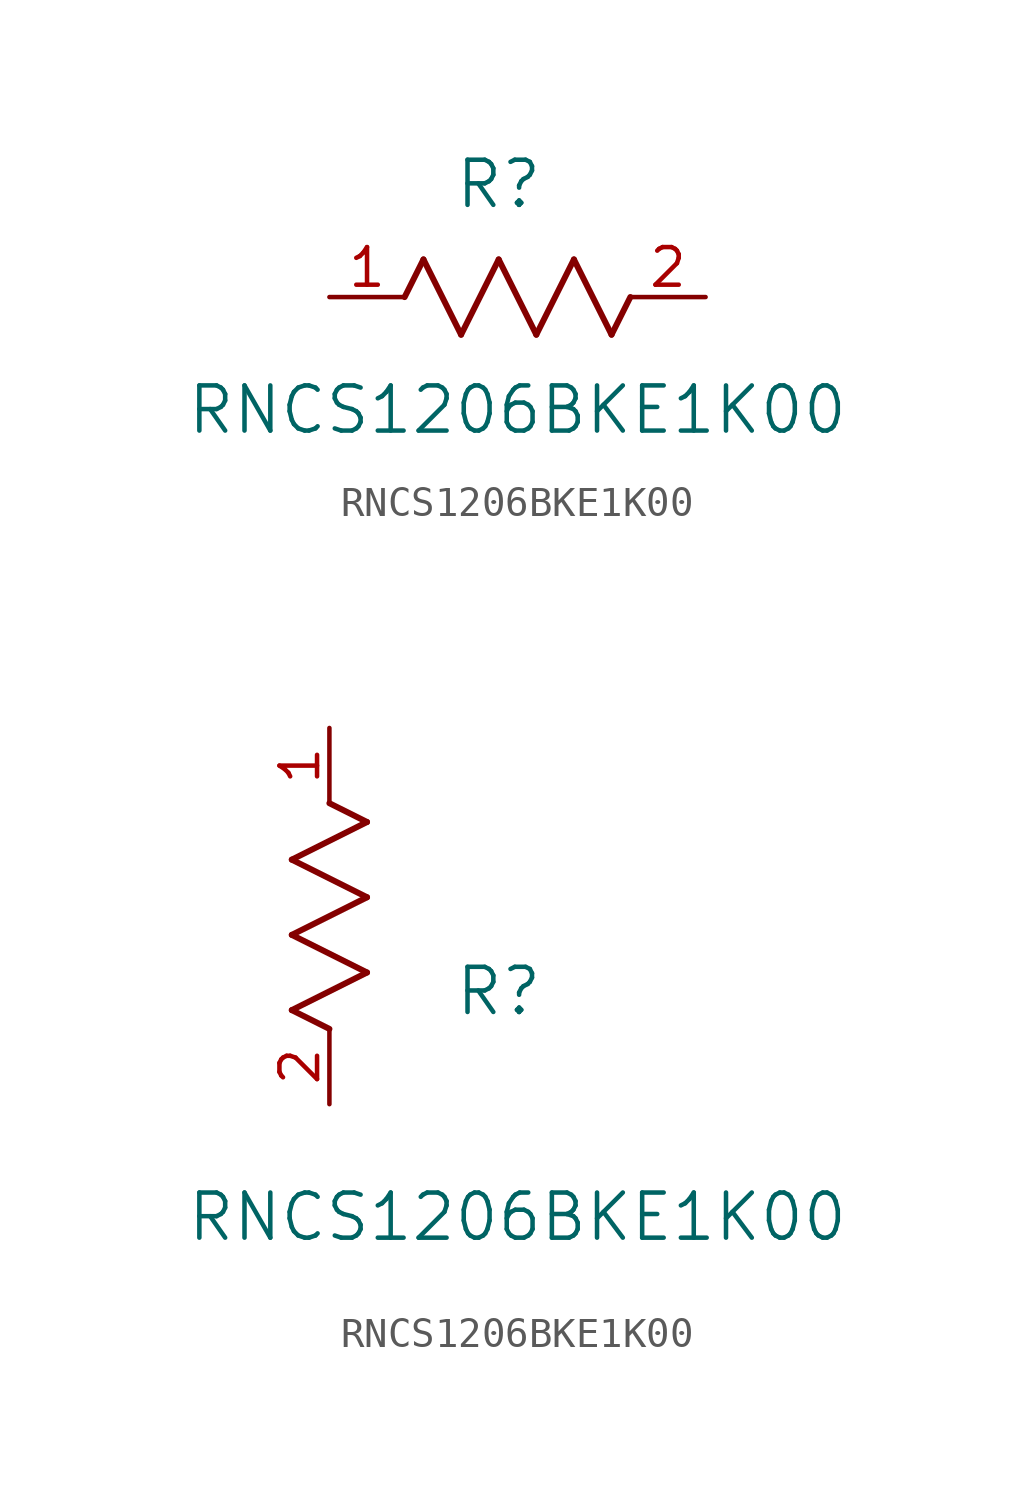
<source format=kicad_sym>
(kicad_symbol_lib
  (version 20211014)
  (generator kicad_symbol_editor)
  (symbol "RNCS1206BKE1K00"
    (pin_names
      (offset 0.254))
    (property "Reference" "R"
      (at 5.715 3.81 0)
      (effects (font (size 1.524 1.524))))
    (property "Value" "RNCS1206BKE1K00"
      (at 6.35 -3.81 0)
      (effects (font (size 1.524 1.524))))
    (symbol "RNCS1206BKE1K00_1_1"
      (polyline (pts (xy 3.175 1.27) (xy 4.445 -1.27)) (stroke (width 0.203) (type default) (color 0 0 0 0)) (fill (type none)))
      (polyline (pts (xy 4.445 -1.27) (xy 5.715 1.27)) (stroke (width 0.203) (type default) (color 0 0 0 0)) (fill (type none)))
      (polyline (pts (xy 5.715 1.27) (xy 6.985 -1.27)) (stroke (width 0.203) (type default) (color 0 0 0 0)) (fill (type none)))
      (polyline (pts (xy 6.985 -1.27) (xy 8.255 1.27)) (stroke (width 0.203) (type default) (color 0 0 0 0)) (fill (type none)))
      (polyline (pts (xy 8.255 1.27) (xy 9.525 -1.27)) (stroke (width 0.203) (type default) (color 0 0 0 0)) (fill (type none)))
      (polyline (pts (xy 2.54 0) (xy 3.175 1.27)) (stroke (width 0.203) (type default) (color 0 0 0 0)) (fill (type none)))
      (polyline (pts (xy 9.525 -1.27) (xy 10.16 0)) (stroke (width 0.203) (type default) (color 0 0 0 0)) (fill (type none)))
      (pin unspecified line (at 0 0 0) (length 2.54) (name "" (effects (font (size 1.27 1.27)))) (number "1" (effects (font (size 1.27 1.27)))))
      (pin unspecified line (at 12.7 0 180) (length 2.54) (name "" (effects (font (size 1.27 1.27)))) (number "2" (effects (font (size 1.27 1.27))))))
    (symbol "RNCS1206BKE1K00_1_2"
      (polyline (pts (xy 0 2.54) (xy -1.27 3.175)) (stroke (width 0.203) (type default) (color 0 0 0 0)) (fill (type none)))
      (polyline (pts (xy -1.27 3.175) (xy 1.27 4.445)) (stroke (width 0.203) (type default) (color 0 0 0 0)) (fill (type none)))
      (polyline (pts (xy 1.27 4.445) (xy -1.27 5.715)) (stroke (width 0.203) (type default) (color 0 0 0 0)) (fill (type none)))
      (polyline (pts (xy -1.27 5.715) (xy 1.27 6.985)) (stroke (width 0.203) (type default) (color 0 0 0 0)) (fill (type none)))
      (polyline (pts (xy -1.27 8.255) (xy 1.27 9.525)) (stroke (width 0.203) (type default) (color 0 0 0 0)) (fill (type none)))
      (polyline (pts (xy 1.27 9.525) (xy 0 10.16)) (stroke (width 0.203) (type default) (color 0 0 0 0)) (fill (type none)))
      (polyline (pts (xy 1.27 6.985) (xy -1.27 8.255)) (stroke (width 0.203) (type default) (color 0 0 0 0)) (fill (type none)))
      (pin unspecified line (at 0 12.7 270) (length 2.54) (name "" (effects (font (size 1.27 1.27)))) (number "1" (effects (font (size 1.27 1.27)))))
      (pin unspecified line (at 0 0 90) (length 2.54) (name "" (effects (font (size 1.27 1.27)))) (number "2" (effects (font (size 1.27 1.27))))))))
</source>
